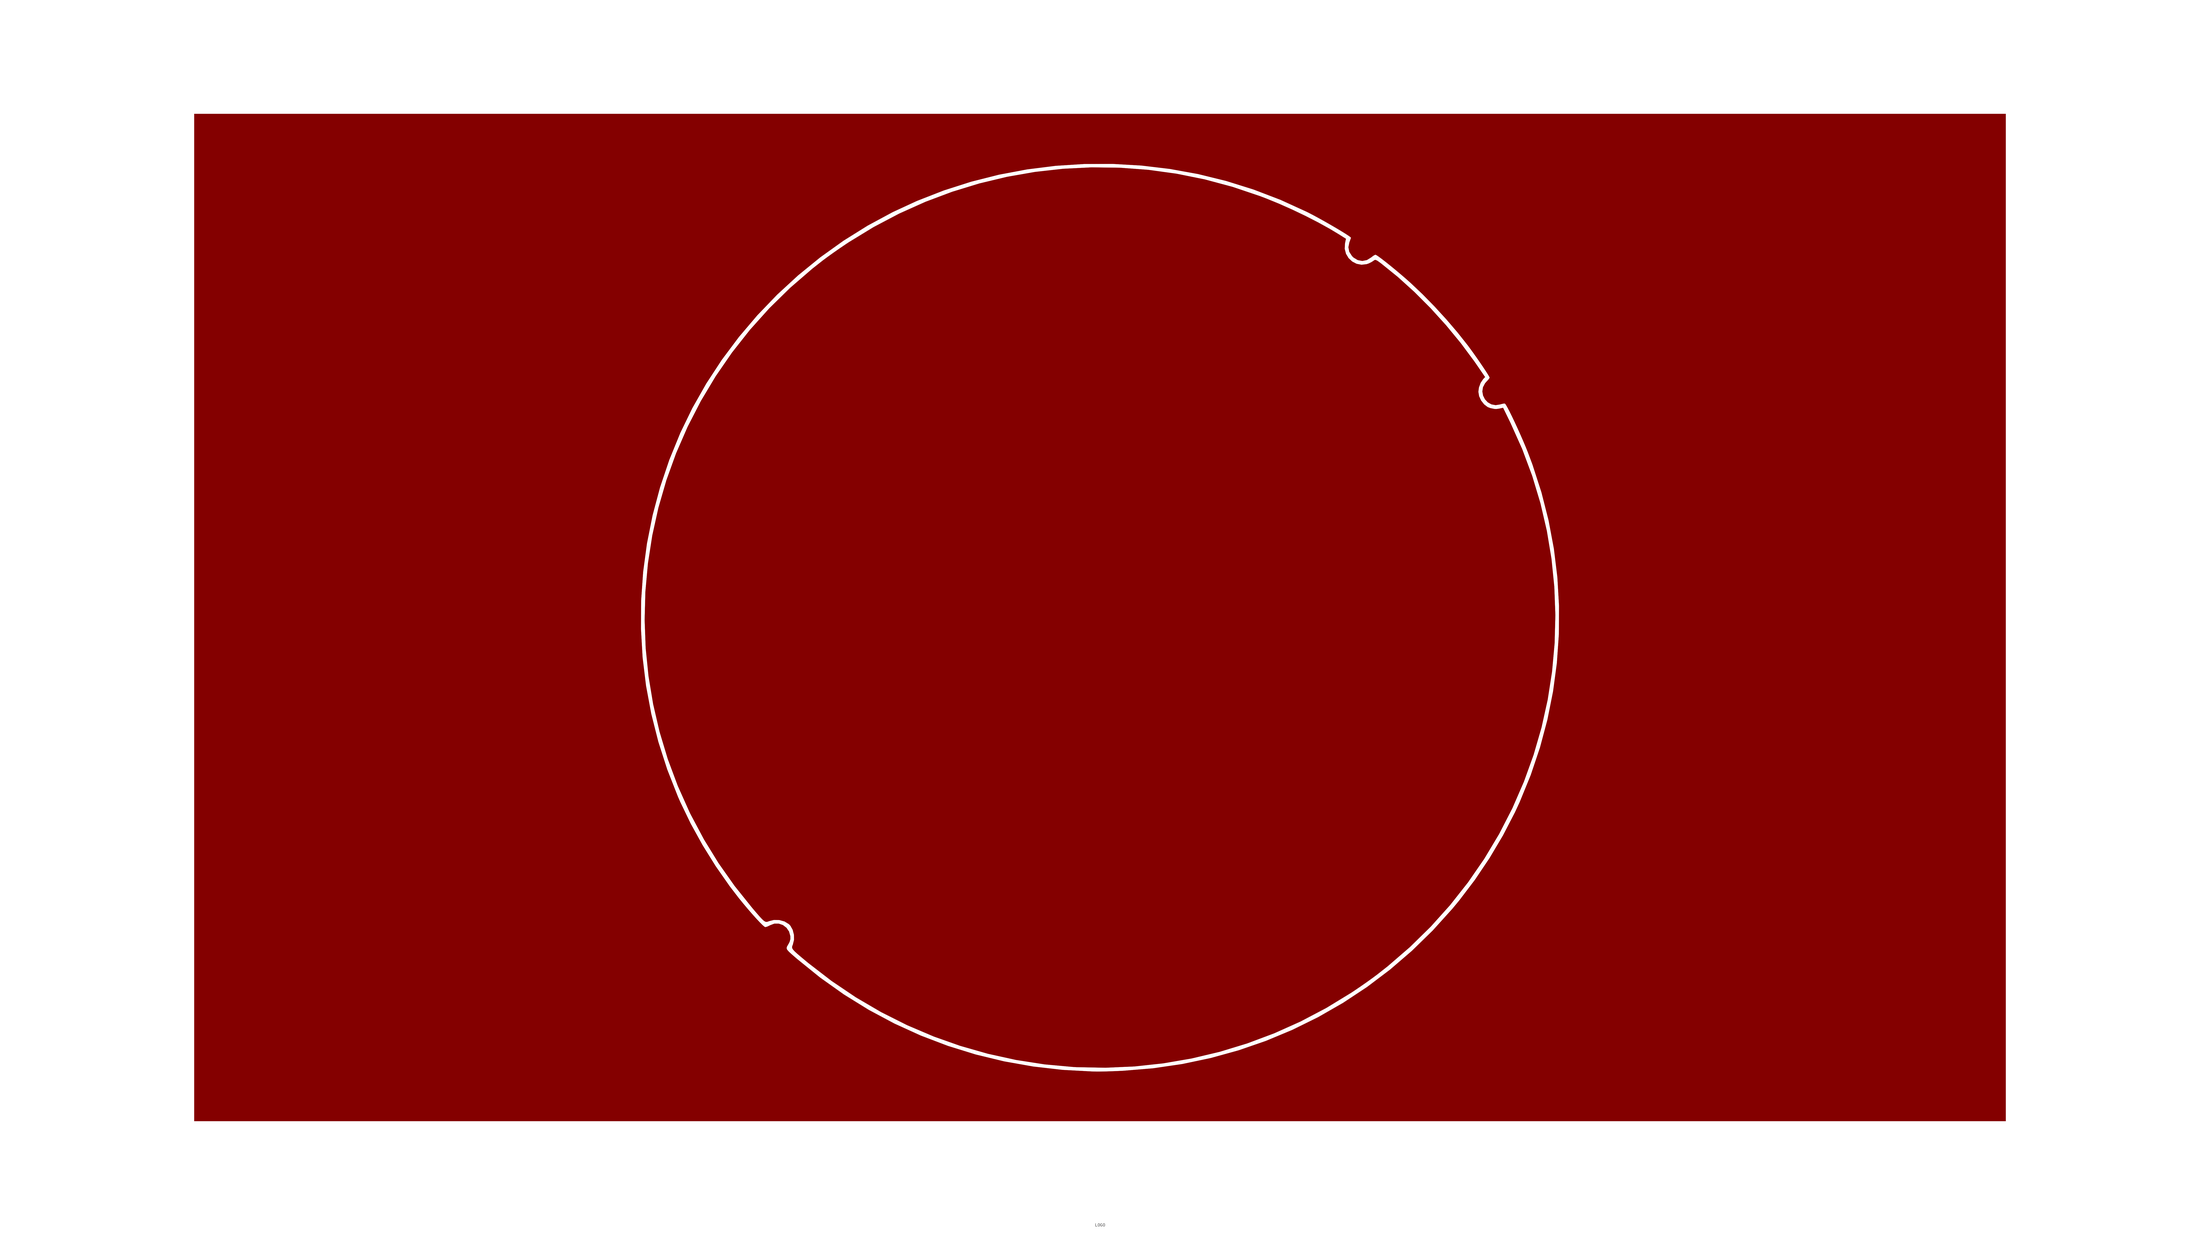
<source format=kicad_sym>
(kicad_symbol_lib
  (version 20220914)
  (generator "bitmap2component")
  (generator_version "8.0")
  (symbol "LOGO"
    (pin_names
      (offset 1.016))
    (property "Reference" "#G"
      (at 0 153.477 0)
      (effects (font (size 1.27 1.27)) hide))
    (symbol "LOGO_0_0"
      (polyline (pts (xy 277.091 0) (xy 277.091 154.112) (xy 0 154.112) (xy -277.091 154.112) (xy -277.091 0) (xy -277.091 -3.48) (xy -140.433 -3.48) (xy -140.377 5.251) (xy -139.766 13.967) (xy -138.6 22.645) (xy -136.88 31.261) (xy -134.605 39.791) (xy -131.775 48.21) (xy -128.39 56.496) (xy -124.714 64.071) (xy -120.442 71.6) (xy -115.686 78.862) (xy -110.473 85.829) (xy -104.83 92.475) (xy -98.782 98.771) (xy -92.357 104.689) (xy -85.581 110.204) (xy -78.48 115.286) (xy -71.08 119.909) (xy -63.409 124.045) (xy -56.033 127.453) (xy -47.801 130.666) (xy -39.411 133.348) (xy -30.891 135.499) (xy -22.271 137.119) (xy -13.577 138.208) (xy -4.838 138.765) (xy 3.917 138.792) (xy 12.66 138.288) (xy 21.363 137.252) (xy 29.999 135.686) (xy 38.538 133.588) (xy 46.952 130.959) (xy 55.213 127.799) (xy 63.294 124.108) (xy 63.777 123.866) (xy 65.25 123.099) (xy 66.881 122.217) (xy 68.597 121.263) (xy 70.324 120.281) (xy 71.988 119.313) (xy 73.515 118.404) (xy 74.832 117.595) (xy 75.863 116.931) (xy 76.536 116.455) (xy 76.777 116.21) (xy 76.758 116.109) (xy 76.591 115.586) (xy 76.31 114.821) (xy 76.295 114.782) (xy 75.993 113.292) (xy 76.259 111.903) (xy 77.094 110.601) (xy 77.569 110.132) (xy 78.852 109.355) (xy 80.241 109.098) (xy 81.641 109.37) (xy 82.955 110.176) (xy 83.226 110.401) (xy 83.855 110.842) (xy 84.263 111.018) (xy 84.544 110.893) (xy 85.227 110.439) (xy 86.225 109.703) (xy 87.474 108.735) (xy 88.907 107.588) (xy 90.461 106.312) (xy 92.07 104.959) (xy 93.67 103.58) (xy 95.051 102.35) (xy 98.665 98.927) (xy 102.34 95.176) (xy 105.95 91.236) (xy 109.366 87.243) (xy 112.462 83.335) (xy 113.102 82.476) (xy 114.089 81.118) (xy 115.121 79.663) (xy 116.143 78.192) (xy 117.101 76.785) (xy 117.941 75.521) (xy 118.608 74.482) (xy 119.048 73.747) (xy 119.207 73.397) (xy 119.154 73.254) (xy 118.799 72.767) (xy 118.219 72.141) (xy 117.806 71.673) (xy 117.16 70.446) (xy 116.974 69.161) (xy 117.194 67.906) (xy 117.766 66.771) (xy 118.633 65.844) (xy 119.743 65.216) (xy 121.04 64.975) (xy 122.47 65.21) (xy 122.769 65.305) (xy 123.485 65.467) (xy 123.886 65.46) (xy 123.903 65.448) (xy 124.203 65.045) (xy 124.686 64.199) (xy 125.317 62.983) (xy 126.062 61.475) (xy 126.884 59.749) (xy 127.748 57.882) (xy 128.618 55.948) (xy 129.46 54.023) (xy 130.237 52.183) (xy 130.914 50.502) (xy 132.303 46.795) (xy 135.048 38.305) (xy 137.232 29.714) (xy 138.857 21.047) (xy 139.923 12.327) (xy 140.43 3.577) (xy 140.379 -5.178) (xy 139.771 -13.915) (xy 138.606 -22.609) (xy 136.885 -31.239) (xy 134.609 -39.779) (xy 131.777 -48.206) (xy 128.39 -56.496) (xy 126.942 -59.622) (xy 123.297 -66.666) (xy 119.189 -73.594) (xy 114.695 -80.281) (xy 109.891 -86.602) (xy 107.797 -89.13) (xy 101.79 -95.781) (xy 95.421 -101.996) (xy 88.711 -107.765) (xy 81.679 -113.077) (xy 74.346 -117.923) (xy 66.732 -122.292) (xy 58.856 -126.175) (xy 50.738 -129.561) (xy 42.398 -132.441) (xy 33.856 -134.803) (xy 25.131 -136.639) (xy 16.245 -137.938) (xy 7.216 -138.689) (xy 5.523 -138.77) (xy 3.551 -138.849) (xy 1.704 -138.907) (xy 0.134 -138.94) (xy -1.01 -138.943) (xy -2.225 -138.919) (xy -11.419 -138.429) (xy -20.463 -137.395) (xy -29.341 -135.821) (xy -38.038 -133.715) (xy -46.541 -131.08) (xy -54.835 -127.923) (xy -62.905 -124.249) (xy -70.736 -120.064) (xy -78.314 -115.373) (xy -85.624 -110.18) (xy -92.652 -104.494) (xy -93.163 -104.053) (xy -94.339 -103.035) (xy -95.149 -102.292) (xy -95.641 -101.748) (xy -95.86 -101.324) (xy -95.854 -100.941) (xy -95.67 -100.522) (xy -95.355 -99.989) (xy -94.984 -99.295) (xy -94.728 -98.432) (xy -94.743 -97.474) (xy -95.128 -96.099) (xy -95.919 -94.94) (xy -97.003 -94.113) (xy -98.275 -93.673) (xy -99.629 -93.677) (xy -100.958 -94.181) (xy -101.087 -94.256) (xy -101.835 -94.608) (xy -102.404 -94.751) (xy -102.658 -94.618) (xy -103.262 -94.095) (xy -104.13 -93.228) (xy -105.207 -92.076) (xy -106.442 -90.698) (xy -107.78 -89.152) (xy -109.169 -87.496) (xy -110.555 -85.79) (xy -113.252 -82.281) (xy -117.545 -76.142) (xy -121.561 -69.695) (xy -125.207 -63.096) (xy -128.39 -56.496) (xy -129.122 -54.827) (xy -132.394 -46.512) (xy -135.111 -38.068) (xy -137.274 -29.519) (xy -138.882 -20.889) (xy -139.935 -12.201) (xy -140.433 -3.48) (xy -277.091 -3.48) (xy -277.091 -154.112) (xy 0 -154.112) (xy 277.091 -154.112) (xy 277.091 0)) (stroke (width 0.01) (type default)) (fill (type outline)))
      (polyline (pts (xy 10.562 -137.362) (xy 19.347 -136.415) (xy 28.043 -134.919) (xy 36.622 -132.882) (xy 45.058 -130.31) (xy 53.325 -127.212) (xy 61.395 -123.593) (xy 69.241 -119.462) (xy 76.838 -114.825) (xy 77.833 -114.166) (xy 79.691 -112.902) (xy 81.583 -111.582) (xy 83.336 -110.325) (xy 84.775 -109.255) (xy 88.02 -106.702) (xy 94.807 -100.838) (xy 101.169 -94.6) (xy 107.092 -88.003) (xy 112.564 -81.064) (xy 117.571 -73.801) (xy 122.102 -66.23) (xy 126.144 -58.367) (xy 129.683 -50.229) (xy 132.631 -42.056) (xy 135.071 -33.641) (xy 136.958 -25.128) (xy 138.291 -16.544) (xy 139.071 -7.915) (xy 139.301 0.732) (xy 138.981 9.371) (xy 138.111 17.975) (xy 136.693 26.518) (xy 134.728 34.974) (xy 132.218 43.316) (xy 129.161 51.518) (xy 125.561 59.553) (xy 123.311 64.168) (xy 122.262 63.934) (xy 122.153 63.91) (xy 121.323 63.792) (xy 120.715 63.797) (xy 120.222 63.895) (xy 119.445 64.053) (xy 118.593 64.376) (xy 117.505 65.208) (xy 116.597 66.362) (xy 115.974 67.695) (xy 115.743 69.063) (xy 115.914 70.373) (xy 116.44 71.804) (xy 117.221 72.955) (xy 117.806 73.57) (xy 115.291 77.239) (xy 114.472 78.419) (xy 110.342 83.978) (xy 105.856 89.424) (xy 101.101 94.666) (xy 96.161 99.615) (xy 91.122 104.179) (xy 86.069 108.267) (xy 85.592 108.627) (xy 84.839 109.158) (xy 84.36 109.399) (xy 84.037 109.398) (xy 83.749 109.203) (xy 83.675 109.141) (xy 83.016 108.72) (xy 82.188 108.318) (xy 81.572 108.106) (xy 79.988 107.924) (xy 78.483 108.218) (xy 77.138 108.921) (xy 76.032 109.965) (xy 75.245 111.283) (xy 74.855 112.807) (xy 74.944 114.469) (xy 75.236 115.877) (xy 73.048 117.256) (xy 70.32 118.898) (xy 66.754 120.872) (xy 62.882 122.859) (xy 58.842 124.791) (xy 54.769 126.602) (xy 50.8 128.223) (xy 48.954 128.926) (xy 40.545 131.76) (xy 32.028 134.043) (xy 23.429 135.779) (xy 14.774 136.968) (xy 6.088 137.615) (xy -2.603 137.722) (xy -11.273 137.292) (xy -19.898 136.327) (xy -28.451 134.83) (xy -36.907 132.803) (xy -45.241 130.25) (xy -53.426 127.173) (xy -61.438 123.575) (xy -69.251 119.458) (xy -76.838 114.825) (xy -77.833 114.166) (xy -79.691 112.902) (xy -81.583 111.582) (xy -83.336 110.325) (xy -84.776 109.255) (xy -88.02 106.702) (xy -94.807 100.838) (xy -101.169 94.6) (xy -107.092 88.003) (xy -112.564 81.064) (xy -117.571 73.801) (xy -122.102 66.23) (xy -126.144 58.367) (xy -129.683 50.229) (xy -132.634 42.047) (xy -135.073 33.634) (xy -136.958 25.123) (xy -138.29 16.54) (xy -139.071 7.913) (xy -139.3 -0.733) (xy -138.981 -9.37) (xy -138.112 -17.973) (xy -136.695 -26.514) (xy -134.732 -34.967) (xy -132.222 -43.306) (xy -129.168 -51.503) (xy -125.571 -59.533) (xy -125.189 -60.31) (xy -121.134 -67.928) (xy -116.679 -75.177) (xy -111.77 -82.14) (xy -106.352 -88.9) (xy -105.143 -90.317) (xy -104.143 -91.468) (xy -103.394 -92.276) (xy -102.833 -92.792) (xy -102.399 -93.063) (xy -102.028 -93.139) (xy -101.657 -93.069) (xy -101.224 -92.901) (xy -99.774 -92.537) (xy -98.095 -92.567) (xy -96.49 -93.009) (xy -95.148 -93.834) (xy -94.715 -94.294) (xy -94.009 -95.557) (xy -93.625 -97.062) (xy -93.597 -98.632) (xy -93.957 -100.087) (xy -94.117 -100.487) (xy -94.197 -100.856) (xy -94.132 -101.221) (xy -93.873 -101.644) (xy -93.371 -102.187) (xy -92.576 -102.912) (xy -91.439 -103.881) (xy -89.91 -105.156) (xy -89.253 -105.7) (xy -82.124 -111.195) (xy -74.701 -116.204) (xy -66.997 -120.717) (xy -59.025 -124.727) (xy -50.8 -128.226) (xy -42.803 -131.052) (xy -34.304 -133.481) (xy -25.67 -135.377) (xy -16.958 -136.729) (xy -8.226 -137.524) (xy -7.17 -137.582) (xy 1.714 -137.753) (xy 10.562 -137.362)) (stroke (width 0.01) (type default)) (fill (type outline))))))
</source>
